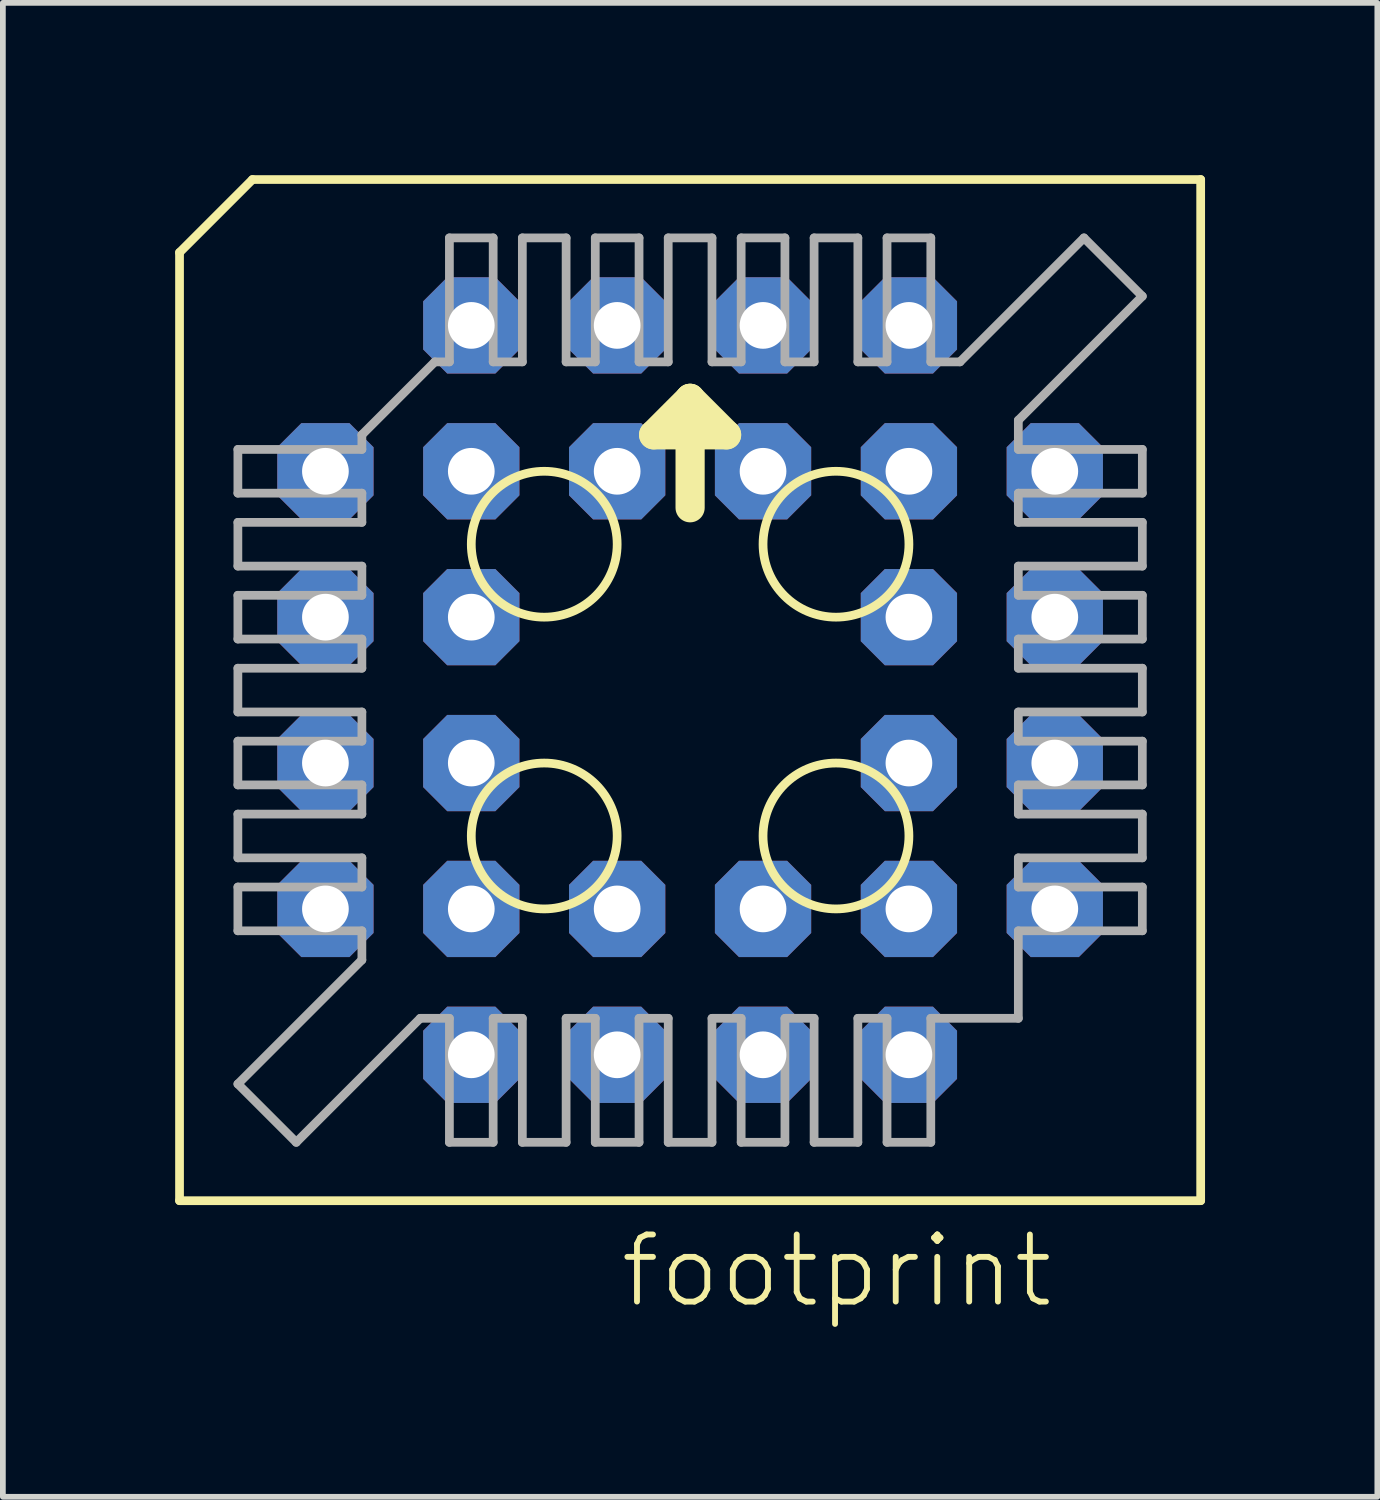
<source format=kicad_pcb>
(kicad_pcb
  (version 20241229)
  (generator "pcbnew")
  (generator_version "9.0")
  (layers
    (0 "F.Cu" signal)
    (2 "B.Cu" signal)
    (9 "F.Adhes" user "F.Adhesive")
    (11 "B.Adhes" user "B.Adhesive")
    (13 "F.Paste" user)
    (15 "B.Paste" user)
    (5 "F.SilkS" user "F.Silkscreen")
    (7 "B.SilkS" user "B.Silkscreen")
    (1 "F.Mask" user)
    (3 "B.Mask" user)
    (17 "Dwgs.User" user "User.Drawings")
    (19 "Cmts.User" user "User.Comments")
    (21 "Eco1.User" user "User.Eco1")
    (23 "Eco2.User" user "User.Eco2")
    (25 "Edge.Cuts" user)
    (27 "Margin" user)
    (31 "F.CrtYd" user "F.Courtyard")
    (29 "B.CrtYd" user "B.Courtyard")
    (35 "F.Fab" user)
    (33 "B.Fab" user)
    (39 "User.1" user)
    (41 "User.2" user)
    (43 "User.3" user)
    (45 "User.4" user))
  (footprint "footprint"
    (layer "F.Cu")
    (at 8.966 8.966)
    (property "Reference" "footprint" (at -1.27 10.795 0) (layer "F.SilkS") (effects (font (size 1.168 1.168) (thickness 0.102)) (justify left bottom)))
    (fp_line (start -8.89 -7.62) (end -8.89 8.89) (stroke (width 0.152) (type solid)) (layer "F.SilkS"))
    (fp_line (start -7.62 -8.89) (end -8.89 -7.62) (stroke (width 0.152) (type solid)) (layer "F.SilkS"))
    (fp_line (start -0.635 -4.445) (end 0 -5.08) (stroke (width 0.508) (type solid)) (layer "F.SilkS"))
    (fp_line (start 0 -5.08) (end 0 -3.175) (stroke (width 0.508) (type solid)) (layer "F.SilkS"))
    (fp_line (start 0 -5.08) (end 0.635 -4.445) (stroke (width 0.508) (type solid)) (layer "F.SilkS"))
    (fp_line (start 0.635 -4.445) (end -0.635 -4.445) (stroke (width 0.508) (type solid)) (layer "F.SilkS"))
    (fp_line (start 8.89 -8.89) (end -7.62 -8.89) (stroke (width 0.152) (type solid)) (layer "F.SilkS"))
    (fp_line (start 8.89 8.89) (end -8.89 8.89) (stroke (width 0.152) (type solid)) (layer "F.SilkS"))
    (fp_line (start 8.89 8.89) (end 8.89 -8.89) (stroke (width 0.152) (type solid)) (layer "F.SilkS"))
    (fp_circle (center -2.54 -2.54) (end -1.27 -2.54) (stroke (width 0.152) (type solid)) (fill no) (layer "F.SilkS"))
    (fp_circle (center -2.54 2.54) (end -1.27 2.54) (stroke (width 0.152) (type solid)) (fill no) (layer "F.SilkS"))
    (fp_circle (center 2.54 -2.54) (end 3.81 -2.54) (stroke (width 0.152) (type solid)) (fill no) (layer "F.SilkS"))
    (fp_circle (center 2.54 2.54) (end 3.81 2.54) (stroke (width 0.152) (type solid)) (fill no) (layer "F.SilkS"))
    (fp_line (start -7.874 -3.429) (end -7.874 -4.191) (stroke (width 0.152) (type solid)) (layer "F.Fab"))
    (fp_line (start -7.874 -3.429) (end -5.715 -3.429) (stroke (width 0.152) (type solid)) (layer "F.Fab"))
    (fp_line (start -7.874 -2.159) (end -7.874 -2.921) (stroke (width 0.152) (type solid)) (layer "F.Fab"))
    (fp_line (start -7.874 -2.159) (end -5.715 -2.159) (stroke (width 0.152) (type solid)) (layer "F.Fab"))
    (fp_line (start -7.874 -0.889) (end -7.874 -1.651) (stroke (width 0.152) (type solid)) (layer "F.Fab"))
    (fp_line (start -7.874 -0.889) (end -5.715 -0.889) (stroke (width 0.152) (type solid)) (layer "F.Fab"))
    (fp_line (start -7.874 0.381) (end -7.874 -0.381) (stroke (width 0.152) (type solid)) (layer "F.Fab"))
    (fp_line (start -7.874 0.381) (end -5.715 0.381) (stroke (width 0.152) (type solid)) (layer "F.Fab"))
    (fp_line (start -7.874 1.651) (end -7.874 0.889) (stroke (width 0.152) (type solid)) (layer "F.Fab"))
    (fp_line (start -7.874 1.651) (end -5.715 1.651) (stroke (width 0.152) (type solid)) (layer "F.Fab"))
    (fp_line (start -7.874 2.921) (end -7.874 2.159) (stroke (width 0.152) (type solid)) (layer "F.Fab"))
    (fp_line (start -7.874 2.921) (end -5.715 2.921) (stroke (width 0.152) (type solid)) (layer "F.Fab"))
    (fp_line (start -7.874 4.191) (end -7.874 3.429) (stroke (width 0.152) (type solid)) (layer "F.Fab"))
    (fp_line (start -7.874 4.191) (end -5.715 4.191) (stroke (width 0.152) (type solid)) (layer "F.Fab"))
    (fp_line (start -7.874 6.858) (end -5.715 4.699) (stroke (width 0.152) (type solid)) (layer "F.Fab"))
    (fp_line (start -6.858 7.874) (end -7.874 6.858) (stroke (width 0.152) (type solid)) (layer "F.Fab"))
    (fp_line (start -6.858 7.874) (end -4.699 5.715) (stroke (width 0.152) (type solid)) (layer "F.Fab"))
    (fp_line (start -5.715 -4.445) (end -4.445 -5.715) (stroke (width 0.152) (type solid)) (layer "F.Fab"))
    (fp_line (start -5.715 -4.191) (end -7.874 -4.191) (stroke (width 0.152) (type solid)) (layer "F.Fab"))
    (fp_line (start -5.715 -4.191) (end -5.715 -4.445) (stroke (width 0.152) (type solid)) (layer "F.Fab"))
    (fp_line (start -5.715 -2.921) (end -7.874 -2.921) (stroke (width 0.152) (type solid)) (layer "F.Fab"))
    (fp_line (start -5.715 -2.921) (end -5.715 -3.429) (stroke (width 0.152) (type solid)) (layer "F.Fab"))
    (fp_line (start -5.715 -1.651) (end -7.874 -1.651) (stroke (width 0.152) (type solid)) (layer "F.Fab"))
    (fp_line (start -5.715 -1.651) (end -5.715 -2.159) (stroke (width 0.152) (type solid)) (layer "F.Fab"))
    (fp_line (start -5.715 -0.381) (end -7.874 -0.381) (stroke (width 0.152) (type solid)) (layer "F.Fab"))
    (fp_line (start -5.715 -0.381) (end -5.715 -0.889) (stroke (width 0.152) (type solid)) (layer "F.Fab"))
    (fp_line (start -5.715 0.889) (end -7.874 0.889) (stroke (width 0.152) (type solid)) (layer "F.Fab"))
    (fp_line (start -5.715 0.889) (end -5.715 0.381) (stroke (width 0.152) (type solid)) (layer "F.Fab"))
    (fp_line (start -5.715 2.159) (end -7.874 2.159) (stroke (width 0.152) (type solid)) (layer "F.Fab"))
    (fp_line (start -5.715 2.159) (end -5.715 1.651) (stroke (width 0.152) (type solid)) (layer "F.Fab"))
    (fp_line (start -5.715 3.429) (end -7.874 3.429) (stroke (width 0.152) (type solid)) (layer "F.Fab"))
    (fp_line (start -5.715 3.429) (end -5.715 2.921) (stroke (width 0.152) (type solid)) (layer "F.Fab"))
    (fp_line (start -5.715 4.699) (end -5.715 4.191) (stroke (width 0.152) (type solid)) (layer "F.Fab"))
    (fp_line (start -4.699 5.715) (end -4.191 5.715) (stroke (width 0.152) (type solid)) (layer "F.Fab"))
    (fp_line (start -4.191 -5.715) (end -4.445 -5.715) (stroke (width 0.152) (type solid)) (layer "F.Fab"))
    (fp_line (start -4.191 -5.715) (end -4.191 -7.874) (stroke (width 0.152) (type solid)) (layer "F.Fab"))
    (fp_line (start -4.191 7.874) (end -4.191 5.715) (stroke (width 0.152) (type solid)) (layer "F.Fab"))
    (fp_line (start -4.191 7.874) (end -3.429 7.874) (stroke (width 0.152) (type solid)) (layer "F.Fab"))
    (fp_line (start -3.429 -7.874) (end -4.191 -7.874) (stroke (width 0.152) (type solid)) (layer "F.Fab"))
    (fp_line (start -3.429 -7.874) (end -3.429 -5.715) (stroke (width 0.152) (type solid)) (layer "F.Fab"))
    (fp_line (start -3.429 5.715) (end -3.429 7.874) (stroke (width 0.152) (type solid)) (layer "F.Fab"))
    (fp_line (start -3.429 5.715) (end -2.921 5.715) (stroke (width 0.152) (type solid)) (layer "F.Fab"))
    (fp_line (start -2.921 -5.715) (end -3.429 -5.715) (stroke (width 0.152) (type solid)) (layer "F.Fab"))
    (fp_line (start -2.921 -5.715) (end -2.921 -7.874) (stroke (width 0.152) (type solid)) (layer "F.Fab"))
    (fp_line (start -2.921 7.874) (end -2.921 5.715) (stroke (width 0.152) (type solid)) (layer "F.Fab"))
    (fp_line (start -2.921 7.874) (end -2.159 7.874) (stroke (width 0.152) (type solid)) (layer "F.Fab"))
    (fp_line (start -2.159 -7.874) (end -2.921 -7.874) (stroke (width 0.152) (type solid)) (layer "F.Fab"))
    (fp_line (start -2.159 -7.874) (end -2.159 -5.715) (stroke (width 0.152) (type solid)) (layer "F.Fab"))
    (fp_line (start -2.159 5.715) (end -2.159 7.874) (stroke (width 0.152) (type solid)) (layer "F.Fab"))
    (fp_line (start -2.159 5.715) (end -1.651 5.715) (stroke (width 0.152) (type solid)) (layer "F.Fab"))
    (fp_line (start -1.651 -5.715) (end -2.159 -5.715) (stroke (width 0.152) (type solid)) (layer "F.Fab"))
    (fp_line (start -1.651 -5.715) (end -1.651 -7.874) (stroke (width 0.152) (type solid)) (layer "F.Fab"))
    (fp_line (start -1.651 7.874) (end -1.651 5.715) (stroke (width 0.152) (type solid)) (layer "F.Fab"))
    (fp_line (start -1.651 7.874) (end -0.889 7.874) (stroke (width 0.152) (type solid)) (layer "F.Fab"))
    (fp_line (start -0.889 -7.874) (end -1.651 -7.874) (stroke (width 0.152) (type solid)) (layer "F.Fab"))
    (fp_line (start -0.889 -7.874) (end -0.889 -5.715) (stroke (width 0.152) (type solid)) (layer "F.Fab"))
    (fp_line (start -0.889 5.715) (end -0.889 7.874) (stroke (width 0.152) (type solid)) (layer "F.Fab"))
    (fp_line (start -0.889 5.715) (end -0.381 5.715) (stroke (width 0.152) (type solid)) (layer "F.Fab"))
    (fp_line (start -0.381 -5.715) (end -0.889 -5.715) (stroke (width 0.152) (type solid)) (layer "F.Fab"))
    (fp_line (start -0.381 -5.715) (end -0.381 -7.874) (stroke (width 0.152) (type solid)) (layer "F.Fab"))
    (fp_line (start -0.381 7.874) (end -0.381 5.715) (stroke (width 0.152) (type solid)) (layer "F.Fab"))
    (fp_line (start -0.381 7.874) (end 0.381 7.874) (stroke (width 0.152) (type solid)) (layer "F.Fab"))
    (fp_line (start 0.381 -7.874) (end -0.381 -7.874) (stroke (width 0.152) (type solid)) (layer "F.Fab"))
    (fp_line (start 0.381 -7.874) (end 0.381 -5.715) (stroke (width 0.152) (type solid)) (layer "F.Fab"))
    (fp_line (start 0.381 5.715) (end 0.381 7.874) (stroke (width 0.152) (type solid)) (layer "F.Fab"))
    (fp_line (start 0.381 5.715) (end 0.889 5.715) (stroke (width 0.152) (type solid)) (layer "F.Fab"))
    (fp_line (start 0.889 -5.715) (end 0.381 -5.715) (stroke (width 0.152) (type solid)) (layer "F.Fab"))
    (fp_line (start 0.889 -5.715) (end 0.889 -7.874) (stroke (width 0.152) (type solid)) (layer "F.Fab"))
    (fp_line (start 0.889 7.874) (end 0.889 5.715) (stroke (width 0.152) (type solid)) (layer "F.Fab"))
    (fp_line (start 0.889 7.874) (end 1.651 7.874) (stroke (width 0.152) (type solid)) (layer "F.Fab"))
    (fp_line (start 1.651 -7.874) (end 0.889 -7.874) (stroke (width 0.152) (type solid)) (layer "F.Fab"))
    (fp_line (start 1.651 -7.874) (end 1.651 -5.715) (stroke (width 0.152) (type solid)) (layer "F.Fab"))
    (fp_line (start 1.651 5.715) (end 1.651 7.874) (stroke (width 0.152) (type solid)) (layer "F.Fab"))
    (fp_line (start 1.651 5.715) (end 2.159 5.715) (stroke (width 0.152) (type solid)) (layer "F.Fab"))
    (fp_line (start 2.159 -5.715) (end 1.651 -5.715) (stroke (width 0.152) (type solid)) (layer "F.Fab"))
    (fp_line (start 2.159 -5.715) (end 2.159 -7.874) (stroke (width 0.152) (type solid)) (layer "F.Fab"))
    (fp_line (start 2.159 7.874) (end 2.159 5.715) (stroke (width 0.152) (type solid)) (layer "F.Fab"))
    (fp_line (start 2.159 7.874) (end 2.921 7.874) (stroke (width 0.152) (type solid)) (layer "F.Fab"))
    (fp_line (start 2.921 -7.874) (end 2.159 -7.874) (stroke (width 0.152) (type solid)) (layer "F.Fab"))
    (fp_line (start 2.921 -7.874) (end 2.921 -5.715) (stroke (width 0.152) (type solid)) (layer "F.Fab"))
    (fp_line (start 2.921 5.715) (end 2.921 7.874) (stroke (width 0.152) (type solid)) (layer "F.Fab"))
    (fp_line (start 2.921 5.715) (end 3.429 5.715) (stroke (width 0.152) (type solid)) (layer "F.Fab"))
    (fp_line (start 3.429 -5.715) (end 2.921 -5.715) (stroke (width 0.152) (type solid)) (layer "F.Fab"))
    (fp_line (start 3.429 -5.715) (end 3.429 -7.874) (stroke (width 0.152) (type solid)) (layer "F.Fab"))
    (fp_line (start 3.429 7.874) (end 3.429 5.715) (stroke (width 0.152) (type solid)) (layer "F.Fab"))
    (fp_line (start 3.429 7.874) (end 4.191 7.874) (stroke (width 0.152) (type solid)) (layer "F.Fab"))
    (fp_line (start 4.191 -7.874) (end 3.429 -7.874) (stroke (width 0.152) (type solid)) (layer "F.Fab"))
    (fp_line (start 4.191 -7.874) (end 4.191 -5.715) (stroke (width 0.152) (type solid)) (layer "F.Fab"))
    (fp_line (start 4.191 5.715) (end 4.191 7.874) (stroke (width 0.152) (type solid)) (layer "F.Fab"))
    (fp_line (start 4.191 5.715) (end 5.715 5.715) (stroke (width 0.152) (type solid)) (layer "F.Fab"))
    (fp_line (start 4.699 -5.715) (end 4.191 -5.715) (stroke (width 0.152) (type solid)) (layer "F.Fab"))
    (fp_line (start 5.715 -4.699) (end 5.715 -4.191) (stroke (width 0.152) (type solid)) (layer "F.Fab"))
    (fp_line (start 5.715 -3.429) (end 5.715 -2.921) (stroke (width 0.152) (type solid)) (layer "F.Fab"))
    (fp_line (start 5.715 -3.429) (end 7.874 -3.429) (stroke (width 0.152) (type solid)) (layer "F.Fab"))
    (fp_line (start 5.715 -2.159) (end 5.715 -1.651) (stroke (width 0.152) (type solid)) (layer "F.Fab"))
    (fp_line (start 5.715 -2.159) (end 7.874 -2.159) (stroke (width 0.152) (type solid)) (layer "F.Fab"))
    (fp_line (start 5.715 -0.889) (end 5.715 -0.381) (stroke (width 0.152) (type solid)) (layer "F.Fab"))
    (fp_line (start 5.715 -0.889) (end 7.874 -0.889) (stroke (width 0.152) (type solid)) (layer "F.Fab"))
    (fp_line (start 5.715 0.381) (end 5.715 0.889) (stroke (width 0.152) (type solid)) (layer "F.Fab"))
    (fp_line (start 5.715 0.381) (end 7.874 0.381) (stroke (width 0.152) (type solid)) (layer "F.Fab"))
    (fp_line (start 5.715 1.651) (end 5.715 2.159) (stroke (width 0.152) (type solid)) (layer "F.Fab"))
    (fp_line (start 5.715 1.651) (end 7.874 1.651) (stroke (width 0.152) (type solid)) (layer "F.Fab"))
    (fp_line (start 5.715 2.921) (end 5.715 3.429) (stroke (width 0.152) (type solid)) (layer "F.Fab"))
    (fp_line (start 5.715 2.921) (end 7.874 2.921) (stroke (width 0.152) (type solid)) (layer "F.Fab"))
    (fp_line (start 5.715 4.191) (end 5.715 5.715) (stroke (width 0.152) (type solid)) (layer "F.Fab"))
    (fp_line (start 5.715 4.191) (end 7.874 4.191) (stroke (width 0.152) (type solid)) (layer "F.Fab"))
    (fp_line (start 6.858 -7.874) (end 4.699 -5.715) (stroke (width 0.152) (type solid)) (layer "F.Fab"))
    (fp_line (start 7.874 -6.858) (end 5.715 -4.699) (stroke (width 0.152) (type solid)) (layer "F.Fab"))
    (fp_line (start 7.874 -6.858) (end 6.858 -7.874) (stroke (width 0.152) (type solid)) (layer "F.Fab"))
    (fp_line (start 7.874 -4.191) (end 5.715 -4.191) (stroke (width 0.152) (type solid)) (layer "F.Fab"))
    (fp_line (start 7.874 -4.191) (end 7.874 -3.429) (stroke (width 0.152) (type solid)) (layer "F.Fab"))
    (fp_line (start 7.874 -2.921) (end 5.715 -2.921) (stroke (width 0.152) (type solid)) (layer "F.Fab"))
    (fp_line (start 7.874 -2.921) (end 7.874 -2.159) (stroke (width 0.152) (type solid)) (layer "F.Fab"))
    (fp_line (start 7.874 -1.651) (end 5.715 -1.651) (stroke (width 0.152) (type solid)) (layer "F.Fab"))
    (fp_line (start 7.874 -1.651) (end 7.874 -0.889) (stroke (width 0.152) (type solid)) (layer "F.Fab"))
    (fp_line (start 7.874 -0.381) (end 5.715 -0.381) (stroke (width 0.152) (type solid)) (layer "F.Fab"))
    (fp_line (start 7.874 -0.381) (end 7.874 0.381) (stroke (width 0.152) (type solid)) (layer "F.Fab"))
    (fp_line (start 7.874 0.889) (end 5.715 0.889) (stroke (width 0.152) (type solid)) (layer "F.Fab"))
    (fp_line (start 7.874 0.889) (end 7.874 1.651) (stroke (width 0.152) (type solid)) (layer "F.Fab"))
    (fp_line (start 7.874 2.159) (end 5.715 2.159) (stroke (width 0.152) (type solid)) (layer "F.Fab"))
    (fp_line (start 7.874 2.159) (end 7.874 2.921) (stroke (width 0.152) (type solid)) (layer "F.Fab"))
    (fp_line (start 7.874 3.429) (end 5.715 3.429) (stroke (width 0.152) (type solid)) (layer "F.Fab"))
    (fp_line (start 7.874 3.429) (end 7.874 4.191) (stroke (width 0.152) (type solid)) (layer "F.Fab"))
    (pad "1" thru_hole roundrect (at 1.27 -3.81) (size 1.676 1.676) (drill 0.813) (layers "*.Cu" "*.Mask") (roundrect_rratio 0.25) (chamfer_ratio 0.25) (chamfer top_left top_right bottom_left bottom_right))
    (pad "2" thru_hole roundrect (at -1.27 -6.35) (size 1.676 1.676) (drill 0.813) (layers "*.Cu" "*.Mask") (roundrect_rratio 0.25) (chamfer_ratio 0.25) (chamfer top_left top_right bottom_left bottom_right))
    (pad "3" thru_hole roundrect (at -1.27 -3.81) (size 1.676 1.676) (drill 0.813) (layers "*.Cu" "*.Mask") (roundrect_rratio 0.25) (chamfer_ratio 0.25) (chamfer top_left top_right bottom_left bottom_right))
    (pad "4" thru_hole roundrect (at -3.81 -6.35) (size 1.676 1.676) (drill 0.813) (layers "*.Cu" "*.Mask") (roundrect_rratio 0.25) (chamfer_ratio 0.25) (chamfer top_left top_right bottom_left bottom_right))
    (pad "5" thru_hole roundrect (at -6.35 -3.81) (size 1.676 1.676) (drill 0.813) (layers "*.Cu" "*.Mask") (roundrect_rratio 0.25) (chamfer_ratio 0.25) (chamfer top_left top_right bottom_left bottom_right))
    (pad "6" thru_hole roundrect (at -3.81 -3.81) (size 1.676 1.676) (drill 0.813) (layers "*.Cu" "*.Mask") (roundrect_rratio 0.25) (chamfer_ratio 0.25) (chamfer top_left top_right bottom_left bottom_right))
    (pad "7" thru_hole roundrect (at -6.35 -1.27) (size 1.676 1.676) (drill 0.813) (layers "*.Cu" "*.Mask") (roundrect_rratio 0.25) (chamfer_ratio 0.25) (chamfer top_left top_right bottom_left bottom_right))
    (pad "8" thru_hole roundrect (at -3.81 -1.27) (size 1.676 1.676) (drill 0.813) (layers "*.Cu" "*.Mask") (roundrect_rratio 0.25) (chamfer_ratio 0.25) (chamfer top_left top_right bottom_left bottom_right))
    (pad "9" thru_hole roundrect (at -6.35 1.27) (size 1.676 1.676) (drill 0.813) (layers "*.Cu" "*.Mask") (roundrect_rratio 0.25) (chamfer_ratio 0.25) (chamfer top_left top_right bottom_left bottom_right))
    (pad "10" thru_hole roundrect (at -3.81 1.27) (size 1.676 1.676) (drill 0.813) (layers "*.Cu" "*.Mask") (roundrect_rratio 0.25) (chamfer_ratio 0.25) (chamfer top_left top_right bottom_left bottom_right))
    (pad "11" thru_hole roundrect (at -6.35 3.81) (size 1.676 1.676) (drill 0.813) (layers "*.Cu" "*.Mask") (roundrect_rratio 0.25) (chamfer_ratio 0.25) (chamfer top_left top_right bottom_left bottom_right))
    (pad "12" thru_hole roundrect (at -3.81 6.35) (size 1.676 1.676) (drill 0.813) (layers "*.Cu" "*.Mask") (roundrect_rratio 0.25) (chamfer_ratio 0.25) (chamfer top_left top_right bottom_left bottom_right))
    (pad "13" thru_hole roundrect (at -3.81 3.81) (size 1.676 1.676) (drill 0.813) (layers "*.Cu" "*.Mask") (roundrect_rratio 0.25) (chamfer_ratio 0.25) (chamfer top_left top_right bottom_left bottom_right))
    (pad "14" thru_hole roundrect (at -1.27 6.35) (size 1.676 1.676) (drill 0.813) (layers "*.Cu" "*.Mask") (roundrect_rratio 0.25) (chamfer_ratio 0.25) (chamfer top_left top_right bottom_left bottom_right))
    (pad "15" thru_hole roundrect (at -1.27 3.81) (size 1.676 1.676) (drill 0.813) (layers "*.Cu" "*.Mask") (roundrect_rratio 0.25) (chamfer_ratio 0.25) (chamfer top_left top_right bottom_left bottom_right))
    (pad "16" thru_hole roundrect (at 1.27 6.35) (size 1.676 1.676) (drill 0.813) (layers "*.Cu" "*.Mask") (roundrect_rratio 0.25) (chamfer_ratio 0.25) (chamfer top_left top_right bottom_left bottom_right))
    (pad "17" thru_hole roundrect (at 1.27 3.81) (size 1.676 1.676) (drill 0.813) (layers "*.Cu" "*.Mask") (roundrect_rratio 0.25) (chamfer_ratio 0.25) (chamfer top_left top_right bottom_left bottom_right))
    (pad "18" thru_hole roundrect (at 3.81 6.35) (size 1.676 1.676) (drill 0.813) (layers "*.Cu" "*.Mask") (roundrect_rratio 0.25) (chamfer_ratio 0.25) (chamfer top_left top_right bottom_left bottom_right))
    (pad "19" thru_hole roundrect (at 6.35 3.81) (size 1.676 1.676) (drill 0.813) (layers "*.Cu" "*.Mask") (roundrect_rratio 0.25) (chamfer_ratio 0.25) (chamfer top_left top_right bottom_left bottom_right))
    (pad "20" thru_hole roundrect (at 3.81 3.81) (size 1.676 1.676) (drill 0.813) (layers "*.Cu" "*.Mask") (roundrect_rratio 0.25) (chamfer_ratio 0.25) (chamfer top_left top_right bottom_left bottom_right))
    (pad "21" thru_hole roundrect (at 6.35 1.27) (size 1.676 1.676) (drill 0.813) (layers "*.Cu" "*.Mask") (roundrect_rratio 0.25) (chamfer_ratio 0.25) (chamfer top_left top_right bottom_left bottom_right))
    (pad "22" thru_hole roundrect (at 3.81 1.27) (size 1.676 1.676) (drill 0.813) (layers "*.Cu" "*.Mask") (roundrect_rratio 0.25) (chamfer_ratio 0.25) (chamfer top_left top_right bottom_left bottom_right))
    (pad "23" thru_hole roundrect (at 6.35 -1.27) (size 1.676 1.676) (drill 0.813) (layers "*.Cu" "*.Mask") (roundrect_rratio 0.25) (chamfer_ratio 0.25) (chamfer top_left top_right bottom_left bottom_right))
    (pad "24" thru_hole roundrect (at 3.81 -1.27) (size 1.676 1.676) (drill 0.813) (layers "*.Cu" "*.Mask") (roundrect_rratio 0.25) (chamfer_ratio 0.25) (chamfer top_left top_right bottom_left bottom_right))
    (pad "25" thru_hole roundrect (at 6.35 -3.81) (size 1.676 1.676) (drill 0.813) (layers "*.Cu" "*.Mask") (roundrect_rratio 0.25) (chamfer_ratio 0.25) (chamfer top_left top_right bottom_left bottom_right))
    (pad "26" thru_hole roundrect (at 3.81 -6.35) (size 1.676 1.676) (drill 0.813) (layers "*.Cu" "*.Mask") (roundrect_rratio 0.25) (chamfer_ratio 0.25) (chamfer top_left top_right bottom_left bottom_right))
    (pad "27" thru_hole roundrect (at 3.81 -3.81) (size 1.676 1.676) (drill 0.813) (layers "*.Cu" "*.Mask") (roundrect_rratio 0.25) (chamfer_ratio 0.25) (chamfer top_left top_right bottom_left bottom_right))
    (pad "28" thru_hole roundrect (at 1.27 -6.35) (size 1.676 1.676) (drill 0.813) (layers "*.Cu" "*.Mask") (roundrect_rratio 0.25) (chamfer_ratio 0.25) (chamfer top_left top_right bottom_left bottom_right)))
  (gr_rect
    (start -3 -3)
    (end 20.932 23.012)
    (stroke (width 0.1) (type default))
    (fill no)
    (layer "Edge.Cuts")))
</source>
